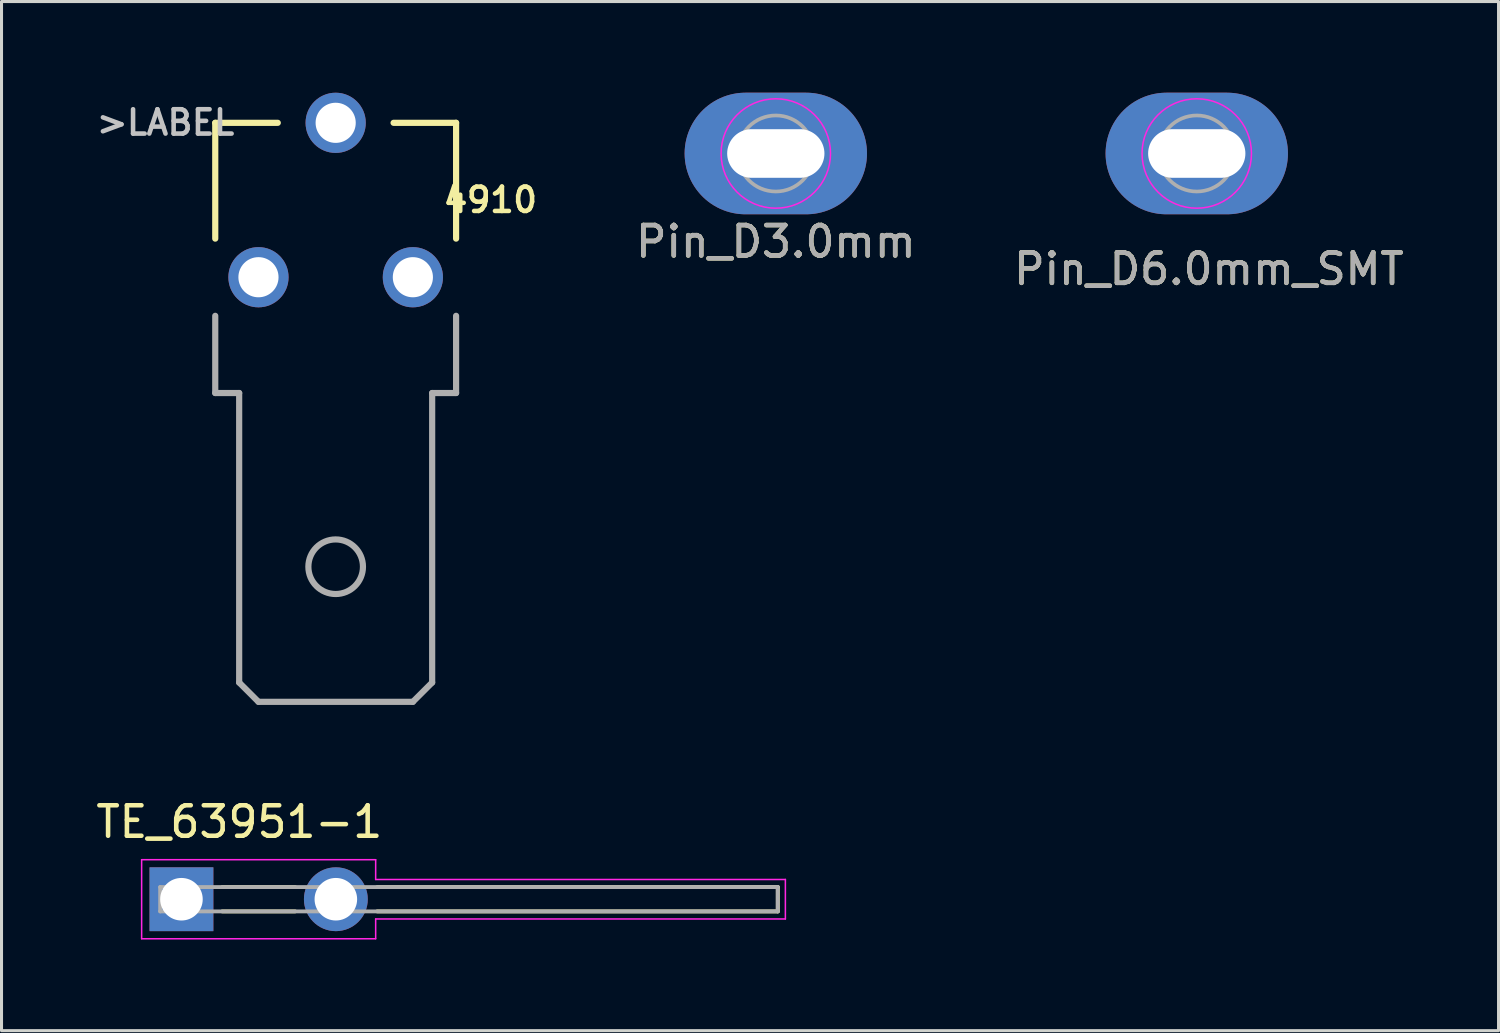
<source format=kicad_pcb>
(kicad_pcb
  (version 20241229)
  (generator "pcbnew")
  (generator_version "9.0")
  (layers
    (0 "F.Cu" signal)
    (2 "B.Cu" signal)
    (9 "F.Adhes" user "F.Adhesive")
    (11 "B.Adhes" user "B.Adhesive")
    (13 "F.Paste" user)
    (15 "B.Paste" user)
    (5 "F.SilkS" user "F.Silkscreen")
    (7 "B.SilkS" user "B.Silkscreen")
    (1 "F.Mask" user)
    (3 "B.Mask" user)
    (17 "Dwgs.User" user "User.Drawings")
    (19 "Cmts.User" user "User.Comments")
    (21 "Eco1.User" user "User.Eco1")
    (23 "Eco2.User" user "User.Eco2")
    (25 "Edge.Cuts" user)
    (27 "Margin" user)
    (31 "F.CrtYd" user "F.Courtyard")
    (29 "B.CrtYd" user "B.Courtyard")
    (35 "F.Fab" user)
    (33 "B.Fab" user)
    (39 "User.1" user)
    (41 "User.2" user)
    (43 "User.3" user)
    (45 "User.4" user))
  (footprint "Pin_D6.0mm_SMT"
    (layer "F.Cu")
    (at 36.325 2)
    (property "Reference" "Pin_D6.0mm_SMT" (at 0.4 3.8 0) (layer "F.SilkS") (effects (font (size 1 1) (thickness 0.15))))
    (attr through_hole)
    (fp_circle (center 0 0) (end 1.8 0) (stroke (width 0.05) (type solid)) (fill no) (layer "F.CrtYd"))
    (fp_circle (center 0 0) (end 0.65 -0.05) (stroke (width 0.12) (type solid)) (fill no) (layer "F.Fab"))
    (fp_circle (center 0 0) (end 1.25 -0.05) (stroke (width 0.12) (type solid)) (fill no) (layer "F.Fab"))
    (fp_text user "${REFERENCE}" (at 0.4 3.8 0) (layer "F.Fab") (effects (font (size 1 1) (thickness 0.15))))
    (pad "1" thru_hole oval (at 0 0) (size 6 4) (drill oval 3.2 1.6) (layers "*.Cu" "*.Mask")))
  (footprint "Pin_D3.0mm"
    (layer "F.Cu")
    (at 22.475 2)
    (property "Reference" "Pin_D3.0mm" (at 0 2.9 0) (layer "F.SilkS") (effects (font (size 1 1) (thickness 0.15))))
    (attr through_hole)
    (fp_circle (center 0 0) (end 1.8 0) (stroke (width 0.05) (type solid)) (fill no) (layer "F.CrtYd"))
    (fp_circle (center 0 0) (end 0.65 -0.05) (stroke (width 0.12) (type solid)) (fill no) (layer "F.Fab"))
    (fp_circle (center 0 0) (end 1.25 -0.05) (stroke (width 0.12) (type solid)) (fill no) (layer "F.Fab"))
    (fp_text user "${REFERENCE}" (at 0 2.9 0) (layer "F.Fab") (effects (font (size 1 1) (thickness 0.15))))
    (pad "1" thru_hole oval (at 0 0) (size 6 4) (drill oval 3.2 1.6) (layers "*.Cu" "*.Mask")))
  (footprint "4910"
    (layer "F.Cu")
    (at 7.994 6.071)
    (property "Reference" "4910" (at 5.089 -2.544 180) (layer "F.SilkS") (effects (font (size 0.801 0.801) (thickness 0.15))))
    (attr through_hole)
    (fp_line (start -3.962 -5.08) (end -3.962 -1.27) (stroke (width 0.203) (type solid)) (layer "F.SilkS"))
    (fp_line (start -1.905 -5.08) (end -3.962 -5.08) (stroke (width 0.203) (type solid)) (layer "F.SilkS"))
    (fp_line (start 1.905 -5.08) (end 3.962 -5.08) (stroke (width 0.203) (type solid)) (layer "F.SilkS"))
    (fp_line (start 3.962 -5.08) (end 3.962 -1.27) (stroke (width 0.203) (type solid)) (layer "F.SilkS"))
    (fp_line (start -3.962 1.27) (end -3.962 3.81) (stroke (width 0.203) (type solid)) (layer "F.Fab"))
    (fp_line (start -3.962 3.81) (end -3.175 3.81) (stroke (width 0.203) (type solid)) (layer "F.Fab"))
    (fp_line (start -3.175 3.81) (end -3.175 13.335) (stroke (width 0.203) (type solid)) (layer "F.Fab"))
    (fp_line (start -3.175 13.335) (end -2.54 13.97) (stroke (width 0.203) (type solid)) (layer "F.Fab"))
    (fp_line (start -2.54 13.97) (end 2.54 13.97) (stroke (width 0.203) (type solid)) (layer "F.Fab"))
    (fp_line (start 2.54 13.97) (end 3.175 13.335) (stroke (width 0.203) (type solid)) (layer "F.Fab"))
    (fp_line (start 3.175 3.81) (end 3.962 3.81) (stroke (width 0.203) (type solid)) (layer "F.Fab"))
    (fp_line (start 3.175 13.335) (end 3.175 3.81) (stroke (width 0.203) (type solid)) (layer "F.Fab"))
    (fp_line (start 3.962 3.81) (end 3.962 1.27) (stroke (width 0.203) (type solid)) (layer "F.Fab"))
    (fp_circle (center 0 9.525) (end 0.898 9.525) (stroke (width 0.203) (type solid)) (fill no) (layer "F.Fab"))
    (fp_text user ">LABEL" (at -5.598 -5.089 0) (layer "Dwgs.User") (effects (font (size 0.801 0.801) (thickness 0.15))))
    (pad "1" thru_hole circle (at 0 -5.08) (size 1.981 1.981) (drill 1.321) (layers "*.Cu" "*.Mask"))
    (pad "2" thru_hole circle (at -2.54 0) (size 1.981 1.981) (drill 1.321) (layers "*.Cu" "*.Mask"))
    (pad "3" thru_hole circle (at 2.54 0) (size 1.981 1.981) (drill 1.321) (layers "*.Cu" "*.Mask")))
  (footprint "TE_63951-1"
    (layer "F.Cu")
    (at 5.46 26.536)
    (property "Reference" "TE_63951-1" (at -0.636 -2.545 0) (layer "F.SilkS") (effects (font (size 1.002 1.002) (thickness 0.15))))
    (attr through_hole)
    (fp_line (start -1.2 -0.4) (end 1.2 -0.4) (stroke (width 0.127) (type solid)) (layer "F.SilkS"))
    (fp_line (start 1.2 0.4) (end -1.2 0.4) (stroke (width 0.127) (type solid)) (layer "F.SilkS"))
    (fp_line (start 3.9 -0.4) (end 17.08 -0.4) (stroke (width 0.127) (type solid)) (layer "F.SilkS"))
    (fp_line (start 17.08 -0.4) (end 17.08 0.4) (stroke (width 0.127) (type solid)) (layer "F.SilkS"))
    (fp_line (start 17.08 0.4) (end 3.9 0.4) (stroke (width 0.127) (type solid)) (layer "F.SilkS"))
    (fp_line (start -3.85 -1.3) (end 3.85 -1.3) (stroke (width 0.05) (type solid)) (layer "F.CrtYd"))
    (fp_line (start -3.85 1.3) (end -3.85 -1.3) (stroke (width 0.05) (type solid)) (layer "F.CrtYd"))
    (fp_line (start 3.85 -1.3) (end 3.85 -0.65) (stroke (width 0.05) (type solid)) (layer "F.CrtYd"))
    (fp_line (start 3.85 -0.65) (end 17.33 -0.65) (stroke (width 0.05) (type solid)) (layer "F.CrtYd"))
    (fp_line (start 3.85 0.65) (end 3.85 1.3) (stroke (width 0.05) (type solid)) (layer "F.CrtYd"))
    (fp_line (start 3.85 1.3) (end -3.85 1.3) (stroke (width 0.05) (type solid)) (layer "F.CrtYd"))
    (fp_line (start 17.33 -0.65) (end 17.33 0.65) (stroke (width 0.05) (type solid)) (layer "F.CrtYd"))
    (fp_line (start 17.33 0.65) (end 3.85 0.65) (stroke (width 0.05) (type solid)) (layer "F.CrtYd"))
    (fp_line (start -3.24 -0.4) (end 17.08 -0.4) (stroke (width 0.127) (type solid)) (layer "F.Fab"))
    (fp_line (start -3.24 0.4) (end -3.24 -0.4) (stroke (width 0.127) (type solid)) (layer "F.Fab"))
    (fp_line (start 17.08 -0.4) (end 17.08 0.4) (stroke (width 0.127) (type solid)) (layer "F.Fab"))
    (fp_line (start 17.08 0.4) (end -3.24 0.4) (stroke (width 0.127) (type solid)) (layer "F.Fab"))
    (pad "1" thru_hole rect (at -2.54 0) (size 2.1 2.1) (drill 1.4) (layers "*.Cu" "*.Mask"))
    (pad "2" thru_hole circle (at 2.54 0) (size 2.1 2.1) (drill 1.4) (layers "*.Cu" "*.Mask")))
  (gr_rect
    (start -3 -3)
    (end 46.254 30.861)
    (stroke (width 0.1) (type default))
    (fill no)
    (layer "Edge.Cuts")))
</source>
